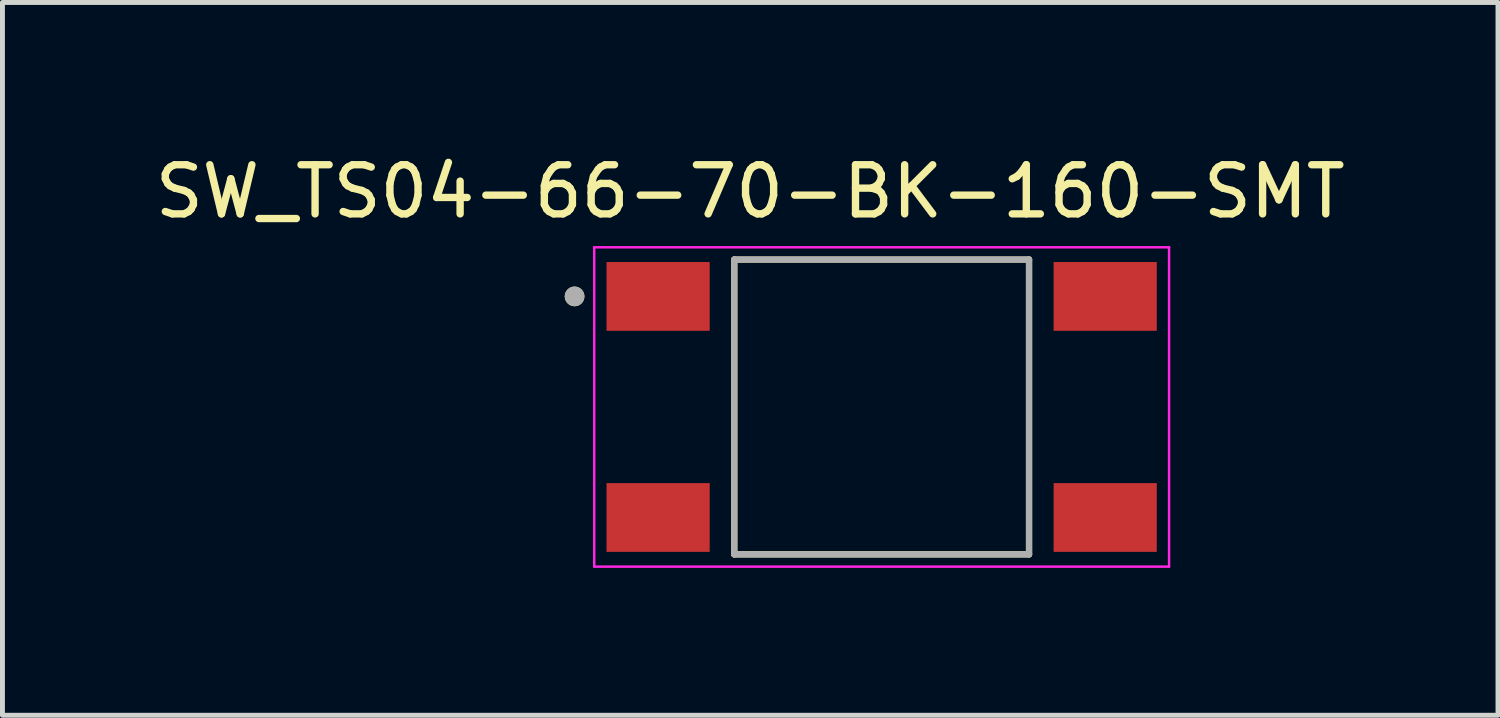
<source format=kicad_pcb>
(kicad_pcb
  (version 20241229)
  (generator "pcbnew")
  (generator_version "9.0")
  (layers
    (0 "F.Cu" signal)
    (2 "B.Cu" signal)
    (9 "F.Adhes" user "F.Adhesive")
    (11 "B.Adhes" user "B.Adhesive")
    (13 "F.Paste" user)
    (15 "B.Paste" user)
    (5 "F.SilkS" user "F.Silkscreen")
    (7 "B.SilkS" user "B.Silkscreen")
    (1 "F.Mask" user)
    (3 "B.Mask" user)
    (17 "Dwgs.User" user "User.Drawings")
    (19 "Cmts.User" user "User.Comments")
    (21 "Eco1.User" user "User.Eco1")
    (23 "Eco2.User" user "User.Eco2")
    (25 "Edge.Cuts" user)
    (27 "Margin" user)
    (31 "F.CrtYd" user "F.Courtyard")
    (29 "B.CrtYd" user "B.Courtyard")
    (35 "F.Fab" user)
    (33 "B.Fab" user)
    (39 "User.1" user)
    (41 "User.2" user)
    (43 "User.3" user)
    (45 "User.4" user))
  (footprint "SW_TS04-66-70-BK-160-SMT"
    (layer "F.Cu")
    (at 14.895 5.233)
    (property "Reference" "SW_TS04-66-70-BK-160-SMT" (at -2.675 -4.385 0) (layer "F.SilkS") (effects (font (size 1 1) (thickness 0.15))))
    (attr smd)
    (fp_line (start -3 -3) (end -3 3) (stroke (width 0.127) (type solid)) (layer "F.SilkS"))
    (fp_line (start -3 3) (end 3 3) (stroke (width 0.127) (type solid)) (layer "F.SilkS"))
    (fp_line (start 3 -3) (end -3 -3) (stroke (width 0.127) (type solid)) (layer "F.SilkS"))
    (fp_line (start 3 3) (end 3 -3) (stroke (width 0.127) (type solid)) (layer "F.SilkS"))
    (fp_circle (center -6.25 -2.25) (end -6.15 -2.25) (stroke (width 0.2) (type solid)) (fill no) (layer "F.SilkS"))
    (fp_line (start -5.85 -3.25) (end -5.85 3.25) (stroke (width 0.05) (type solid)) (layer "F.CrtYd"))
    (fp_line (start -5.85 3.25) (end 5.85 3.25) (stroke (width 0.05) (type solid)) (layer "F.CrtYd"))
    (fp_line (start 5.85 -3.25) (end -5.85 -3.25) (stroke (width 0.05) (type solid)) (layer "F.CrtYd"))
    (fp_line (start 5.85 3.25) (end 5.85 -3.25) (stroke (width 0.05) (type solid)) (layer "F.CrtYd"))
    (fp_line (start -3 -3) (end -3 3) (stroke (width 0.127) (type solid)) (layer "F.Fab"))
    (fp_line (start -3 3) (end 3 3) (stroke (width 0.127) (type solid)) (layer "F.Fab"))
    (fp_line (start 3 -3) (end -3 -3) (stroke (width 0.127) (type solid)) (layer "F.Fab"))
    (fp_line (start 3 3) (end 3 -3) (stroke (width 0.127) (type solid)) (layer "F.Fab"))
    (fp_circle (center -6.25 -2.25) (end -6.15 -2.25) (stroke (width 0.2) (type solid)) (fill no) (layer "F.Fab"))
    (pad "1" smd rect (at -4.55 -2.25) (size 2.1 1.4) (layers "F.Cu" "F.Mask" "F.Paste"))
    (pad "2" smd rect (at -4.55 2.25) (size 2.1 1.4) (layers "F.Cu" "F.Mask" "F.Paste"))
    (pad "3" smd rect (at 4.55 -2.25) (size 2.1 1.4) (layers "F.Cu" "F.Mask" "F.Paste"))
    (pad "4" smd rect (at 4.55 2.25) (size 2.1 1.4) (layers "F.Cu" "F.Mask" "F.Paste")))
  (gr_rect
    (start -3 -3)
    (end 27.44 11.508)
    (stroke (width 0.1) (type default))
    (fill no)
    (layer "Edge.Cuts")))
</source>
